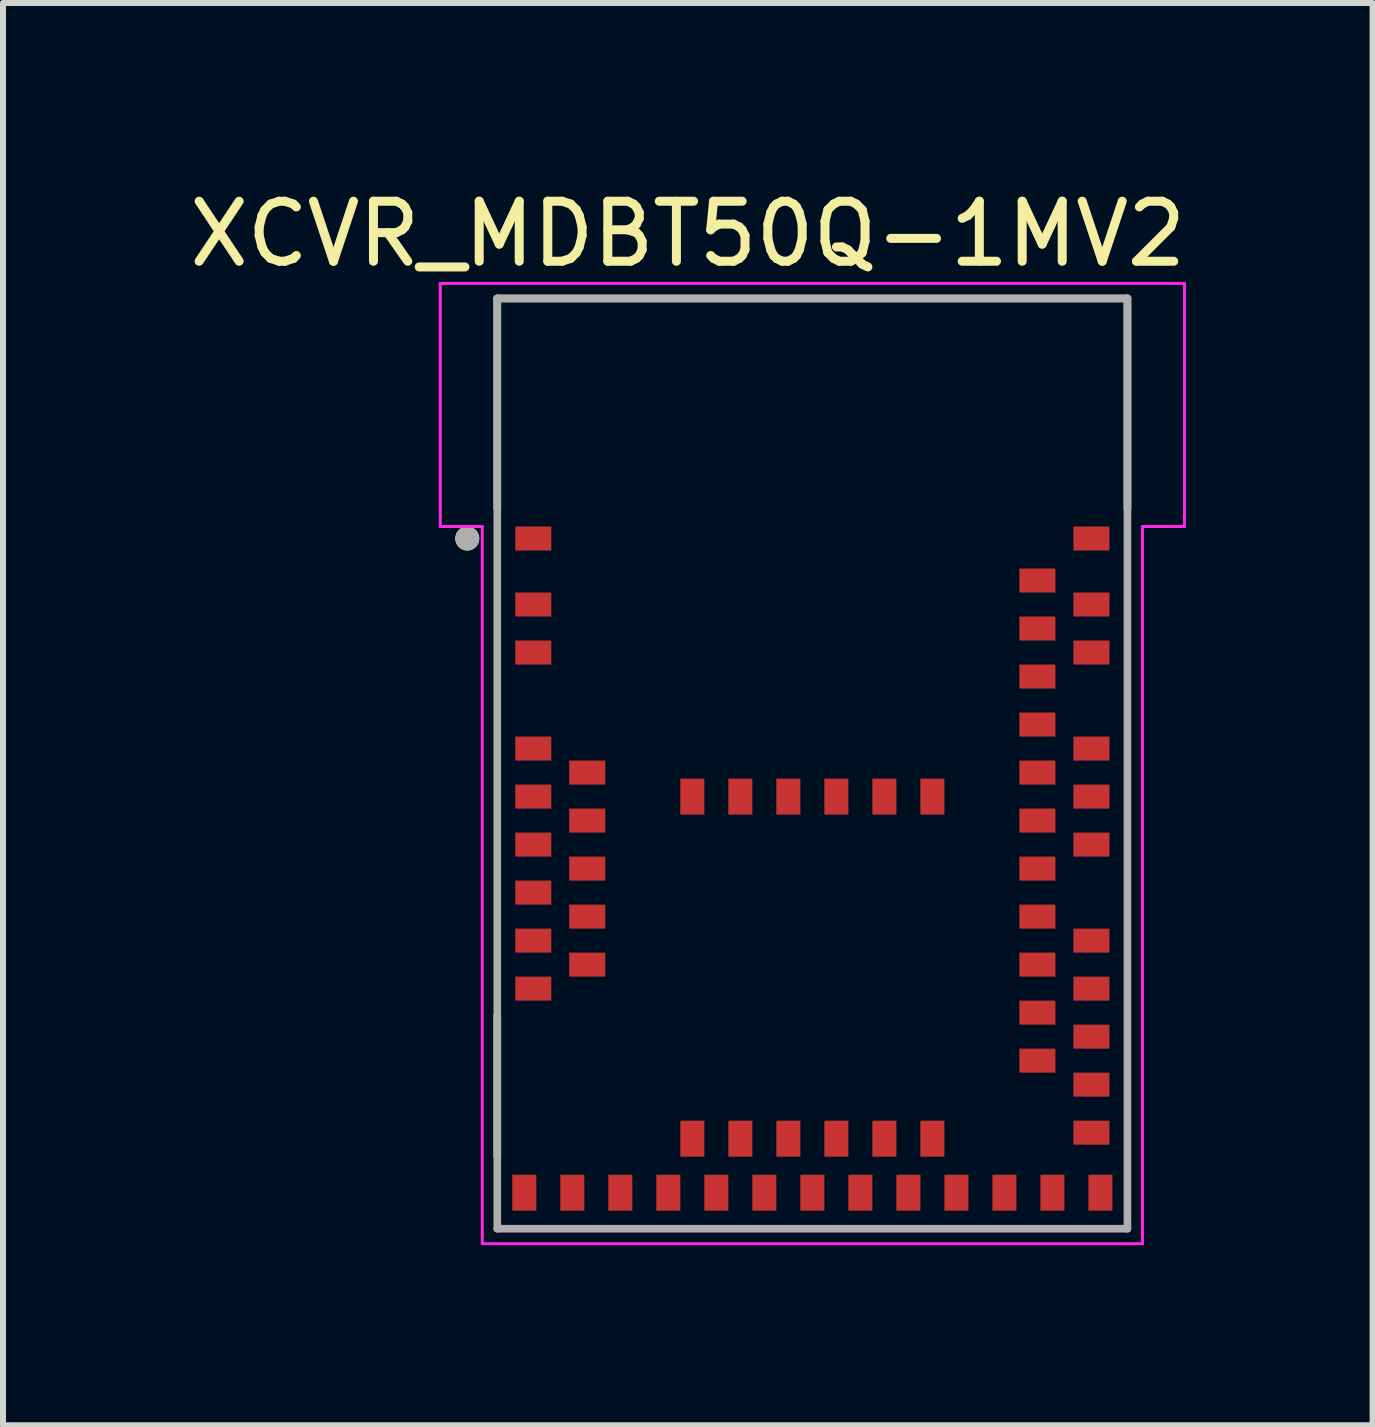
<source format=kicad_pcb>
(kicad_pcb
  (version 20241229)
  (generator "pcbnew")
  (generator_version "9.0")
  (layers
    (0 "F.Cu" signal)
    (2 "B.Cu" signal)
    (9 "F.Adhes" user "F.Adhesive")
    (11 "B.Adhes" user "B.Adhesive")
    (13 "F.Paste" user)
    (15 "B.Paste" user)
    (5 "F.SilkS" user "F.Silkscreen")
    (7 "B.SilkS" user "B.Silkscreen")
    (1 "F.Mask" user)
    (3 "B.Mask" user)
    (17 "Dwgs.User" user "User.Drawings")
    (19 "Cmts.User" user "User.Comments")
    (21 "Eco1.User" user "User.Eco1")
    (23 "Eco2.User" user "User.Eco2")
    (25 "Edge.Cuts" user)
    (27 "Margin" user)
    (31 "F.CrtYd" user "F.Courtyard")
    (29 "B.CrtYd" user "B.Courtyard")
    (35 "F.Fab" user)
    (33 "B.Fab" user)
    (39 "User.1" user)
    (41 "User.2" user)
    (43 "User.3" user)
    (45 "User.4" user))
  (footprint "XCVR_MDBT50Q-1MV2"
    (layer "F.Cu")
    (at 10.486 9.673)
    (property "Reference" "XCVR_MDBT50Q-1MV2" (at -2.075 -8.825 0) (layer "F.SilkS") (effects (font (size 1 1) (thickness 0.15))))
    (attr through_hole)
    (fp_line (start -5.25 -7.75) (end 5.25 -7.75) (stroke (width 0.127) (type solid)) (layer "F.SilkS"))
    (fp_line (start -5.25 -4.25) (end -5.25 -7.75) (stroke (width 0.127) (type solid)) (layer "F.SilkS"))
    (fp_line (start -5.25 4.2) (end -5.25 6.55) (stroke (width 0.127) (type solid)) (layer "F.SilkS"))
    (fp_line (start 5.25 -7.75) (end 5.25 -4.25) (stroke (width 0.127) (type solid)) (layer "F.SilkS"))
    (fp_circle (center -5.75 -3.75) (end -5.65 -3.75) (stroke (width 0.2) (type solid)) (fill no) (layer "F.SilkS"))
    (fp_line (start -6.2 -8) (end 6.2 -8) (stroke (width 0.05) (type solid)) (layer "F.CrtYd"))
    (fp_line (start -6.2 -3.95) (end -6.2 -8) (stroke (width 0.05) (type solid)) (layer "F.CrtYd"))
    (fp_line (start -5.5 -3.95) (end -6.2 -3.95) (stroke (width 0.05) (type solid)) (layer "F.CrtYd"))
    (fp_line (start -5.5 8) (end -5.5 -3.95) (stroke (width 0.05) (type solid)) (layer "F.CrtYd"))
    (fp_line (start 5.5 -3.95) (end 5.5 8) (stroke (width 0.05) (type solid)) (layer "F.CrtYd"))
    (fp_line (start 5.5 8) (end -5.5 8) (stroke (width 0.05) (type solid)) (layer "F.CrtYd"))
    (fp_line (start 6.2 -8) (end 6.2 -3.95) (stroke (width 0.05) (type solid)) (layer "F.CrtYd"))
    (fp_line (start 6.2 -3.95) (end 5.5 -3.95) (stroke (width 0.05) (type solid)) (layer "F.CrtYd"))
    (fp_line (start -5.25 -7.75) (end 5.25 -7.75) (stroke (width 0.127) (type solid)) (layer "F.Fab"))
    (fp_line (start -5.25 7.75) (end -5.25 -7.75) (stroke (width 0.127) (type solid)) (layer "F.Fab"))
    (fp_line (start 5.25 -7.75) (end 5.25 7.75) (stroke (width 0.127) (type solid)) (layer "F.Fab"))
    (fp_line (start 5.25 7.75) (end -5.25 7.75) (stroke (width 0.127) (type solid)) (layer "F.Fab"))
    (fp_circle (center -5.75 -3.75) (end -5.65 -3.75) (stroke (width 0.2) (type solid)) (fill no) (layer "F.Fab"))
    (pad "1" smd rect (at -4.65 -3.75) (size 0.6 0.4) (layers "F.Cu" "F.Mask" "F.Paste"))
    (pad "2" smd rect (at -4.65 -2.65) (size 0.6 0.4) (layers "F.Cu" "F.Mask" "F.Paste"))
    (pad "3" smd rect (at -4.65 -1.85) (size 0.6 0.4) (layers "F.Cu" "F.Mask" "F.Paste"))
    (pad "4" smd rect (at -4.65 -0.25) (size 0.6 0.4) (layers "F.Cu" "F.Mask" "F.Paste"))
    (pad "5" smd rect (at -3.75 0.15) (size 0.6 0.4) (layers "F.Cu" "F.Mask" "F.Paste"))
    (pad "6" smd rect (at -4.65 0.55) (size 0.6 0.4) (layers "F.Cu" "F.Mask" "F.Paste"))
    (pad "7" smd rect (at -3.75 0.95) (size 0.6 0.4) (layers "F.Cu" "F.Mask" "F.Paste"))
    (pad "8" smd rect (at -4.65 1.35) (size 0.6 0.4) (layers "F.Cu" "F.Mask" "F.Paste"))
    (pad "9" smd rect (at -3.75 1.75) (size 0.6 0.4) (layers "F.Cu" "F.Mask" "F.Paste"))
    (pad "10" smd rect (at -4.65 2.15) (size 0.6 0.4) (layers "F.Cu" "F.Mask" "F.Paste"))
    (pad "11" smd rect (at -3.75 2.55) (size 0.6 0.4) (layers "F.Cu" "F.Mask" "F.Paste"))
    (pad "12" smd rect (at -4.65 2.95) (size 0.6 0.4) (layers "F.Cu" "F.Mask" "F.Paste"))
    (pad "13" smd rect (at -3.75 3.35) (size 0.6 0.4) (layers "F.Cu" "F.Mask" "F.Paste"))
    (pad "14" smd rect (at -4.65 3.75) (size 0.6 0.4) (layers "F.Cu" "F.Mask" "F.Paste"))
    (pad "15" smd rect (at -4.8 7.15) (size 0.4 0.6) (layers "F.Cu" "F.Mask" "F.Paste"))
    (pad "16" smd rect (at -4 7.15) (size 0.4 0.6) (layers "F.Cu" "F.Mask" "F.Paste"))
    (pad "17" smd rect (at -3.2 7.15) (size 0.4 0.6) (layers "F.Cu" "F.Mask" "F.Paste"))
    (pad "18" smd rect (at -2.4 7.15) (size 0.4 0.6) (layers "F.Cu" "F.Mask" "F.Paste"))
    (pad "19" smd rect (at -2 6.25) (size 0.4 0.6) (layers "F.Cu" "F.Mask" "F.Paste"))
    (pad "20" smd rect (at -1.6 7.15) (size 0.4 0.6) (layers "F.Cu" "F.Mask" "F.Paste"))
    (pad "21" smd rect (at -1.2 6.25) (size 0.4 0.6) (layers "F.Cu" "F.Mask" "F.Paste"))
    (pad "22" smd rect (at -0.8 7.15) (size 0.4 0.6) (layers "F.Cu" "F.Mask" "F.Paste"))
    (pad "23" smd rect (at -0.4 6.25) (size 0.4 0.6) (layers "F.Cu" "F.Mask" "F.Paste"))
    (pad "24" smd rect (at 0 7.15) (size 0.4 0.6) (layers "F.Cu" "F.Mask" "F.Paste"))
    (pad "25" smd rect (at 0.4 6.25) (size 0.4 0.6) (layers "F.Cu" "F.Mask" "F.Paste"))
    (pad "26" smd rect (at 0.8 7.15) (size 0.4 0.6) (layers "F.Cu" "F.Mask" "F.Paste"))
    (pad "27" smd rect (at 1.2 6.25) (size 0.4 0.6) (layers "F.Cu" "F.Mask" "F.Paste"))
    (pad "28" smd rect (at 1.6 7.15) (size 0.4 0.6) (layers "F.Cu" "F.Mask" "F.Paste"))
    (pad "29" smd rect (at 2 6.25) (size 0.4 0.6) (layers "F.Cu" "F.Mask" "F.Paste"))
    (pad "30" smd rect (at 2.4 7.15) (size 0.4 0.6) (layers "F.Cu" "F.Mask" "F.Paste"))
    (pad "31" smd rect (at 3.2 7.15) (size 0.4 0.6) (layers "F.Cu" "F.Mask" "F.Paste"))
    (pad "32" smd rect (at 4 7.15) (size 0.4 0.6) (layers "F.Cu" "F.Mask" "F.Paste"))
    (pad "33" smd rect (at 4.8 7.15) (size 0.4 0.6) (layers "F.Cu" "F.Mask" "F.Paste"))
    (pad "34" smd rect (at 4.65 6.15 180) (size 0.6 0.4) (layers "F.Cu" "F.Mask" "F.Paste"))
    (pad "35" smd rect (at 4.65 5.35 180) (size 0.6 0.4) (layers "F.Cu" "F.Mask" "F.Paste"))
    (pad "36" smd rect (at 3.75 4.95 180) (size 0.6 0.4) (layers "F.Cu" "F.Mask" "F.Paste"))
    (pad "37" smd rect (at 4.65 4.55 180) (size 0.6 0.4) (layers "F.Cu" "F.Mask" "F.Paste"))
    (pad "38" smd rect (at 3.75 4.15 180) (size 0.6 0.4) (layers "F.Cu" "F.Mask" "F.Paste"))
    (pad "39" smd rect (at 4.65 3.75 180) (size 0.6 0.4) (layers "F.Cu" "F.Mask" "F.Paste"))
    (pad "40" smd rect (at 3.75 3.35 180) (size 0.6 0.4) (layers "F.Cu" "F.Mask" "F.Paste"))
    (pad "41" smd rect (at 4.65 2.95 180) (size 0.6 0.4) (layers "F.Cu" "F.Mask" "F.Paste"))
    (pad "42" smd rect (at 3.75 2.55 180) (size 0.6 0.4) (layers "F.Cu" "F.Mask" "F.Paste"))
    (pad "43" smd rect (at 3.75 1.75 180) (size 0.6 0.4) (layers "F.Cu" "F.Mask" "F.Paste"))
    (pad "44" smd rect (at 4.65 1.35 180) (size 0.6 0.4) (layers "F.Cu" "F.Mask" "F.Paste"))
    (pad "45" smd rect (at 3.75 0.95 180) (size 0.6 0.4) (layers "F.Cu" "F.Mask" "F.Paste"))
    (pad "46" smd rect (at 4.65 0.55 180) (size 0.6 0.4) (layers "F.Cu" "F.Mask" "F.Paste"))
    (pad "47" smd rect (at 3.75 0.15 180) (size 0.6 0.4) (layers "F.Cu" "F.Mask" "F.Paste"))
    (pad "48" smd rect (at 4.65 -0.25 180) (size 0.6 0.4) (layers "F.Cu" "F.Mask" "F.Paste"))
    (pad "49" smd rect (at 3.75 -0.65 180) (size 0.6 0.4) (layers "F.Cu" "F.Mask" "F.Paste"))
    (pad "50" smd rect (at 3.75 -1.45 180) (size 0.6 0.4) (layers "F.Cu" "F.Mask" "F.Paste"))
    (pad "51" smd rect (at 4.65 -1.85 180) (size 0.6 0.4) (layers "F.Cu" "F.Mask" "F.Paste"))
    (pad "52" smd rect (at 3.75 -2.25 180) (size 0.6 0.4) (layers "F.Cu" "F.Mask" "F.Paste"))
    (pad "53" smd rect (at 4.65 -2.65 180) (size 0.6 0.4) (layers "F.Cu" "F.Mask" "F.Paste"))
    (pad "54" smd rect (at 3.75 -3.05 180) (size 0.6 0.4) (layers "F.Cu" "F.Mask" "F.Paste"))
    (pad "55" smd rect (at 4.65 -3.75 180) (size 0.6 0.4) (layers "F.Cu" "F.Mask" "F.Paste"))
    (pad "56" smd rect (at -2 0.55) (size 0.4 0.6) (layers "F.Cu" "F.Mask" "F.Paste"))
    (pad "57" smd rect (at -1.2 0.55) (size 0.4 0.6) (layers "F.Cu" "F.Mask" "F.Paste"))
    (pad "58" smd rect (at -0.4 0.55) (size 0.4 0.6) (layers "F.Cu" "F.Mask" "F.Paste"))
    (pad "59" smd rect (at 0.4 0.55) (size 0.4 0.6) (layers "F.Cu" "F.Mask" "F.Paste"))
    (pad "60" smd rect (at 1.2 0.55) (size 0.4 0.6) (layers "F.Cu" "F.Mask" "F.Paste"))
    (pad "61" smd rect (at 2 0.55) (size 0.4 0.6) (layers "F.Cu" "F.Mask" "F.Paste"))
    (zone (net_name "") (layer "F.Cu") (hatch full 0.508) (connect_pads) (min_thickness 0.01) (filled_areas_thickness no) (keepout (tracks not_allowed) (vias not_allowed) (pads not_allowed) (copperpour not_allowed) (footprints allowed)) (placement (enabled no)) (fill) (polygon (pts (xy 4.286 1.923) (xy 16.686 1.923) (xy 16.686 5.723) (xy 4.286 5.723))))
    (zone (net_name "") (layer "F.Cu") (hatch full 0.508) (connect_pads) (min_thickness 0.01) (filled_areas_thickness no) (keepout (tracks not_allowed) (vias not_allowed) (pads not_allowed) (copperpour not_allowed) (footprints allowed)) (placement (enabled no)) (fill) (polygon (pts (xy 8.186 5.723) (xy 9.786 5.723) (xy 9.786 6.923) (xy 8.186 6.923))))
    (zone (net_name "") (layers "F.Cu" "B.Cu") (hatch full 0.508) (connect_pads) (min_thickness 0.01) (filled_areas_thickness no) (keepout (tracks allowed) (vias not_allowed) (pads allowed) (copperpour allowed) (footprints allowed)) (placement (enabled no)) (fill) (polygon (pts (xy 4.286 1.923) (xy 16.686 1.923) (xy 16.686 5.723) (xy 4.286 5.723))))
    (zone (net_name "") (layers "F.Cu" "B.Cu") (hatch full 0.508) (connect_pads) (min_thickness 0.01) (filled_areas_thickness no) (keepout (tracks allowed) (vias not_allowed) (pads allowed) (copperpour allowed) (footprints allowed)) (placement (enabled no)) (fill) (polygon (pts (xy 8.186 5.723) (xy 9.786 5.723) (xy 9.786 6.923) (xy 8.186 6.923))))
    (zone (net_name "") (layer "B.Cu") (hatch full 0.508) (connect_pads) (min_thickness 0.01) (filled_areas_thickness no) (keepout (tracks not_allowed) (vias not_allowed) (pads not_allowed) (copperpour not_allowed) (footprints allowed)) (placement (enabled no)) (fill) (polygon (pts (xy 4.286 1.923) (xy 16.686 1.923) (xy 16.686 5.723) (xy 4.286 5.723)))))
  (gr_rect
    (start -3 -3)
    (end 19.821 20.698)
    (stroke (width 0.1) (type default))
    (fill no)
    (layer "Edge.Cuts")))
</source>
